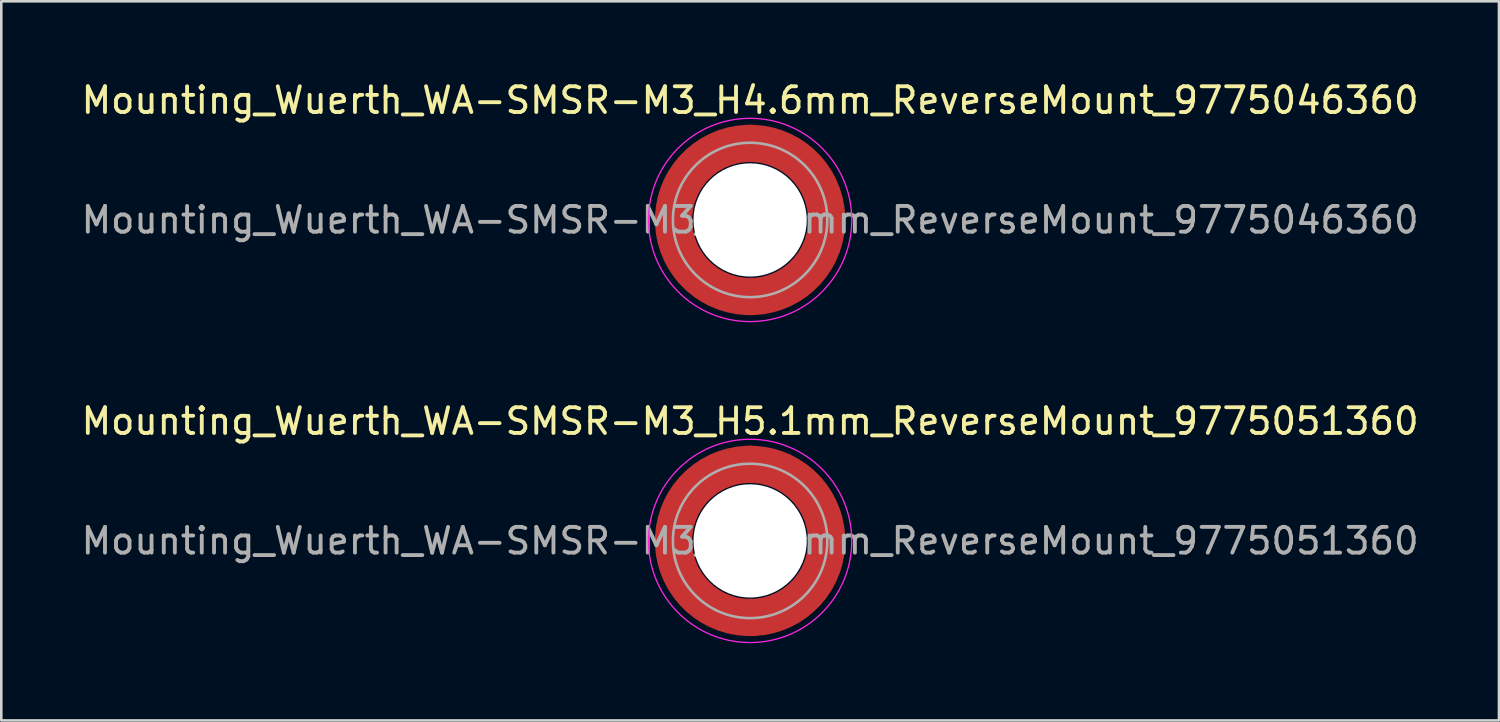
<source format=kicad_pcb>
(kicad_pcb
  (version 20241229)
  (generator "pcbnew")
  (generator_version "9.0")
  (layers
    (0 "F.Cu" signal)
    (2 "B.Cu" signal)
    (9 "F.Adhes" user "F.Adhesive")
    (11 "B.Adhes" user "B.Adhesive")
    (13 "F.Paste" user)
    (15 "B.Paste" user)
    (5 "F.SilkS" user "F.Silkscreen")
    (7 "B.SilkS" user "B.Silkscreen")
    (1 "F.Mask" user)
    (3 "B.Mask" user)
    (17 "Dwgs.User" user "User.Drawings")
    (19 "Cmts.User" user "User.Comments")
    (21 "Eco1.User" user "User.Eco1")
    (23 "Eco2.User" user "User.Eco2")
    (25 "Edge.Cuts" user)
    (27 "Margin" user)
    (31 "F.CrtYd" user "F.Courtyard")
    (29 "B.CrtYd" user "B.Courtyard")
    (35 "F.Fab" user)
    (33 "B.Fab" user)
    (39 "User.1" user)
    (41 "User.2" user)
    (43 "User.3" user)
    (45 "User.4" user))
  (footprint "Mounting_Wuerth_WA-SMSR-M3_H5.1mm_ReverseMount_9775051360"
    (layer "F.Cu")
    (at 26.101 17.971)
    (property "Reference" "Mounting_Wuerth_WA-SMSR-M3_H5.1mm_ReverseMount_9775051360" (at 0 -4.65 0) (layer "F.SilkS") (effects (font (size 1 1) (thickness 0.15))))
    (attr smd)
    (fp_circle (center 0 0) (end 3.95 0) (stroke (width 0.05) (type solid)) (fill no) (layer "F.CrtYd"))
    (fp_circle (center 0 0) (end 3 0) (stroke (width 0.1) (type solid)) (fill no) (layer "F.Fab"))
    (fp_text user "${REFERENCE}" (at 0 0 0) (layer "F.Fab") (effects (font (size 1 1) (thickness 0.15))))
    (pad "" smd custom (at -2.095 -2.095) (size 0.672 0.672) (layers "F.Paste") (options (anchor circle)) (primitives (gr_arc (start -0.24231 1.594804) (mid 0.404819 0.404819) (end 1.594804 -0.24231) (width 0.2)) (gr_arc (start -0.3398 1.594804) (mid 0.337349 0.337349) (end 1.594804 -0.3398) (width 0.2)) (gr_arc (start -0.437132 1.594804) (mid 0.269879 0.269879) (end 1.594804 -0.437132) (width 0.2)) (gr_arc (start -0.534324 1.594804) (mid 0.202409 0.202409) (end 1.594804 -0.534324) (width 0.2)) (gr_arc (start -0.631391 1.594804) (mid 0.134939 0.134939) (end 1.594804 -0.631391) (width 0.2)) (gr_arc (start -0.728345 1.594804) (mid 0.06747 0.06747) (end 1.594804 -0.728345) (width 0.2)) (gr_arc (start -0.825197 1.594804) (mid 0 0) (end 1.594804 -0.825197) (width 0.2)) (gr_arc (start -0.921958 1.594804) (mid -0.067469 -0.067469) (end 1.594804 -0.921958) (width 0.2)) (gr_arc (start -1.018637 1.594804) (mid -0.13494 -0.13494) (end 1.594804 -1.018637) (width 0.2)) (gr_arc (start -1.115239 1.594804) (mid -0.202409 -0.202409) (end 1.594804 -1.115239) (width 0.2)) (gr_arc (start -1.211773 1.594804) (mid -0.269879 -0.269879) (end 1.594804 -1.211773) (width 0.2)) (gr_arc (start -1.308244 1.594804) (mid -0.337349 -0.337349) (end 1.594804 -1.308244) (width 0.2)) (gr_arc (start -1.404657 1.594804) (mid -0.404819 -0.404819) (end 1.594804 -1.404657) (width 0.2)) (gr_arc (start -1.404657 1.594804) (mid -0.404819 -0.404819) (end 1.594804 -1.404657) (width 0.2)) (gr_line (start 1.595 -0.242) (end 1.595 -1.405) (width 0.2)) (gr_line (start -0.242 1.595) (end -1.405 1.595) (width 0.2))))
    (pad "" smd custom (at -2.095 2.095) (size 0.672 0.672) (layers "F.Paste") (options (anchor circle)) (primitives (gr_arc (start 1.594804 0.24231) (mid 0.404819 -0.404819) (end -0.24231 -1.594804) (width 0.2)) (gr_arc (start 1.594804 0.3398) (mid 0.337349 -0.337349) (end -0.3398 -1.594804) (width 0.2)) (gr_arc (start 1.594804 0.437132) (mid 0.269879 -0.269879) (end -0.437132 -1.594804) (width 0.2)) (gr_arc (start 1.594804 0.534324) (mid 0.202409 -0.202409) (end -0.534324 -1.594804) (width 0.2)) (gr_arc (start 1.594804 0.631391) (mid 0.134939 -0.134939) (end -0.631391 -1.594804) (width 0.2)) (gr_arc (start 1.594804 0.728345) (mid 0.06747 -0.06747) (end -0.728345 -1.594804) (width 0.2)) (gr_arc (start 1.594804 0.825197) (mid 0 0) (end -0.825197 -1.594804) (width 0.2)) (gr_arc (start 1.594804 0.921958) (mid -0.067469 0.067469) (end -0.921958 -1.594804) (width 0.2)) (gr_arc (start 1.594804 1.018637) (mid -0.13494 0.13494) (end -1.018637 -1.594804) (width 0.2)) (gr_arc (start 1.594804 1.115239) (mid -0.202409 0.202409) (end -1.115239 -1.594804) (width 0.2)) (gr_arc (start 1.594804 1.211773) (mid -0.269879 0.269879) (end -1.211773 -1.594804) (width 0.2)) (gr_arc (start 1.594804 1.308244) (mid -0.337349 0.337349) (end -1.308244 -1.594804) (width 0.2)) (gr_arc (start 1.594804 1.404657) (mid -0.404819 0.404819) (end -1.404657 -1.594804) (width 0.2)) (gr_arc (start 1.594804 1.404657) (mid -0.404819 0.404819) (end -1.404657 -1.594804) (width 0.2)) (gr_line (start -0.242 -1.595) (end -1.405 -1.595) (width 0.2)) (gr_line (start 1.595 0.242) (end 1.595 1.405) (width 0.2))))
    (pad "" np_thru_hole circle (at 0 0) (size 4.4 4.4) (drill 4.4) (layers "*.Cu" "*.Mask"))
    (pad "" smd custom (at 2.095 -2.095) (size 0.672 0.672) (layers "F.Paste") (options (anchor circle)) (primitives (gr_arc (start -1.594804 -0.24231) (mid -0.404819 0.404819) (end 0.24231 1.594804) (width 0.2)) (gr_arc (start -1.594804 -0.3398) (mid -0.337349 0.337349) (end 0.3398 1.594804) (width 0.2)) (gr_arc (start -1.594804 -0.437132) (mid -0.269879 0.269879) (end 0.437132 1.594804) (width 0.2)) (gr_arc (start -1.594804 -0.534324) (mid -0.202409 0.202409) (end 0.534324 1.594804) (width 0.2)) (gr_arc (start -1.594804 -0.631391) (mid -0.134939 0.134939) (end 0.631391 1.594804) (width 0.2)) (gr_arc (start -1.594804 -0.728345) (mid -0.06747 0.06747) (end 0.728345 1.594804) (width 0.2)) (gr_arc (start -1.594804 -0.825197) (mid 0 0) (end 0.825197 1.594804) (width 0.2)) (gr_arc (start -1.594804 -0.921958) (mid 0.067469 -0.067469) (end 0.921958 1.594804) (width 0.2)) (gr_arc (start -1.594804 -1.018637) (mid 0.13494 -0.13494) (end 1.018637 1.594804) (width 0.2)) (gr_arc (start -1.594804 -1.115239) (mid 0.202409 -0.202409) (end 1.115239 1.594804) (width 0.2)) (gr_arc (start -1.594804 -1.211773) (mid 0.269879 -0.269879) (end 1.211773 1.594804) (width 0.2)) (gr_arc (start -1.594804 -1.308244) (mid 0.337349 -0.337349) (end 1.308244 1.594804) (width 0.2)) (gr_arc (start -1.594804 -1.404657) (mid 0.404819 -0.404819) (end 1.404657 1.594804) (width 0.2)) (gr_arc (start -1.594804 -1.404657) (mid 0.404819 -0.404819) (end 1.404657 1.594804) (width 0.2)) (gr_line (start 0.242 1.595) (end 1.405 1.595) (width 0.2)) (gr_line (start -1.595 -0.242) (end -1.595 -1.405) (width 0.2))))
    (pad "" smd custom (at 2.095 2.095) (size 0.672 0.672) (layers "F.Paste") (options (anchor circle)) (primitives (gr_arc (start 0.24231 -1.594804) (mid -0.404819 -0.404819) (end -1.594804 0.24231) (width 0.2)) (gr_arc (start 0.3398 -1.594804) (mid -0.337349 -0.337349) (end -1.594804 0.3398) (width 0.2)) (gr_arc (start 0.437132 -1.594804) (mid -0.269879 -0.269879) (end -1.594804 0.437132) (width 0.2)) (gr_arc (start 0.534324 -1.594804) (mid -0.202409 -0.202409) (end -1.594804 0.534324) (width 0.2)) (gr_arc (start 0.631391 -1.594804) (mid -0.134939 -0.134939) (end -1.594804 0.631391) (width 0.2)) (gr_arc (start 0.728345 -1.594804) (mid -0.06747 -0.06747) (end -1.594804 0.728345) (width 0.2)) (gr_arc (start 0.825197 -1.594804) (mid 0 0) (end -1.594804 0.825197) (width 0.2)) (gr_arc (start 0.921958 -1.594804) (mid 0.067469 0.067469) (end -1.594804 0.921958) (width 0.2)) (gr_arc (start 1.018637 -1.594804) (mid 0.13494 0.13494) (end -1.594804 1.018637) (width 0.2)) (gr_arc (start 1.115239 -1.594804) (mid 0.202409 0.202409) (end -1.594804 1.115239) (width 0.2)) (gr_arc (start 1.211773 -1.594804) (mid 0.269879 0.269879) (end -1.594804 1.211773) (width 0.2)) (gr_arc (start 1.308244 -1.594804) (mid 0.337349 0.337349) (end -1.594804 1.308244) (width 0.2)) (gr_arc (start 1.404657 -1.594804) (mid 0.404819 0.404819) (end -1.594804 1.404657) (width 0.2)) (gr_arc (start 1.404657 -1.594804) (mid 0.404819 0.404819) (end -1.594804 1.404657) (width 0.2)) (gr_line (start -1.595 0.242) (end -1.595 1.405) (width 0.2)) (gr_line (start 0.242 -1.595) (end 1.405 -1.595) (width 0.2))))
    (pad "1" smd circle (at -2.975 0) (size 1.45 1.45) (layers "F.Cu"))
    (pad "1" smd circle (at 0 -2.975) (size 1.45 1.45) (layers "F.Cu"))
    (pad "1" smd circle (at 0 2.975) (size 1.45 1.45) (layers "F.Cu"))
    (pad "1" smd custom (at 2.975 0) (size 1.45 1.45) (layers "F.Cu" "F.Mask") (options (anchor circle)) (primitives (gr_circle (center -2.975 0) (end 0 0) (width 1.45) (fill no)))))
  (footprint "Mounting_Wuerth_WA-SMSR-M3_H4.6mm_ReverseMount_9775046360"
    (layer "F.Cu")
    (at 26.101 5.498)
    (property "Reference" "Mounting_Wuerth_WA-SMSR-M3_H4.6mm_ReverseMount_9775046360" (at 0 -4.65 0) (layer "F.SilkS") (effects (font (size 1 1) (thickness 0.15))))
    (attr smd)
    (fp_circle (center 0 0) (end 3.95 0) (stroke (width 0.05) (type solid)) (fill no) (layer "F.CrtYd"))
    (fp_circle (center 0 0) (end 3 0) (stroke (width 0.1) (type solid)) (fill no) (layer "F.Fab"))
    (fp_text user "${REFERENCE}" (at 0 0 0) (layer "F.Fab") (effects (font (size 1 1) (thickness 0.15))))
    (pad "" smd custom (at -2.095 -2.095) (size 0.672 0.672) (layers "F.Paste") (options (anchor circle)) (primitives (gr_arc (start -0.24231 1.594804) (mid 0.404819 0.404819) (end 1.594804 -0.24231) (width 0.2)) (gr_arc (start -0.3398 1.594804) (mid 0.337349 0.337349) (end 1.594804 -0.3398) (width 0.2)) (gr_arc (start -0.437132 1.594804) (mid 0.269879 0.269879) (end 1.594804 -0.437132) (width 0.2)) (gr_arc (start -0.534324 1.594804) (mid 0.202409 0.202409) (end 1.594804 -0.534324) (width 0.2)) (gr_arc (start -0.631391 1.594804) (mid 0.134939 0.134939) (end 1.594804 -0.631391) (width 0.2)) (gr_arc (start -0.728345 1.594804) (mid 0.06747 0.06747) (end 1.594804 -0.728345) (width 0.2)) (gr_arc (start -0.825197 1.594804) (mid 0 0) (end 1.594804 -0.825197) (width 0.2)) (gr_arc (start -0.921958 1.594804) (mid -0.067469 -0.067469) (end 1.594804 -0.921958) (width 0.2)) (gr_arc (start -1.018637 1.594804) (mid -0.13494 -0.13494) (end 1.594804 -1.018637) (width 0.2)) (gr_arc (start -1.115239 1.594804) (mid -0.202409 -0.202409) (end 1.594804 -1.115239) (width 0.2)) (gr_arc (start -1.211773 1.594804) (mid -0.269879 -0.269879) (end 1.594804 -1.211773) (width 0.2)) (gr_arc (start -1.308244 1.594804) (mid -0.337349 -0.337349) (end 1.594804 -1.308244) (width 0.2)) (gr_arc (start -1.404657 1.594804) (mid -0.404819 -0.404819) (end 1.594804 -1.404657) (width 0.2)) (gr_arc (start -1.404657 1.594804) (mid -0.404819 -0.404819) (end 1.594804 -1.404657) (width 0.2)) (gr_line (start 1.595 -0.242) (end 1.595 -1.405) (width 0.2)) (gr_line (start -0.242 1.595) (end -1.405 1.595) (width 0.2))))
    (pad "" smd custom (at -2.095 2.095) (size 0.672 0.672) (layers "F.Paste") (options (anchor circle)) (primitives (gr_arc (start 1.594804 0.24231) (mid 0.404819 -0.404819) (end -0.24231 -1.594804) (width 0.2)) (gr_arc (start 1.594804 0.3398) (mid 0.337349 -0.337349) (end -0.3398 -1.594804) (width 0.2)) (gr_arc (start 1.594804 0.437132) (mid 0.269879 -0.269879) (end -0.437132 -1.594804) (width 0.2)) (gr_arc (start 1.594804 0.534324) (mid 0.202409 -0.202409) (end -0.534324 -1.594804) (width 0.2)) (gr_arc (start 1.594804 0.631391) (mid 0.134939 -0.134939) (end -0.631391 -1.594804) (width 0.2)) (gr_arc (start 1.594804 0.728345) (mid 0.06747 -0.06747) (end -0.728345 -1.594804) (width 0.2)) (gr_arc (start 1.594804 0.825197) (mid 0 0) (end -0.825197 -1.594804) (width 0.2)) (gr_arc (start 1.594804 0.921958) (mid -0.067469 0.067469) (end -0.921958 -1.594804) (width 0.2)) (gr_arc (start 1.594804 1.018637) (mid -0.13494 0.13494) (end -1.018637 -1.594804) (width 0.2)) (gr_arc (start 1.594804 1.115239) (mid -0.202409 0.202409) (end -1.115239 -1.594804) (width 0.2)) (gr_arc (start 1.594804 1.211773) (mid -0.269879 0.269879) (end -1.211773 -1.594804) (width 0.2)) (gr_arc (start 1.594804 1.308244) (mid -0.337349 0.337349) (end -1.308244 -1.594804) (width 0.2)) (gr_arc (start 1.594804 1.404657) (mid -0.404819 0.404819) (end -1.404657 -1.594804) (width 0.2)) (gr_arc (start 1.594804 1.404657) (mid -0.404819 0.404819) (end -1.404657 -1.594804) (width 0.2)) (gr_line (start -0.242 -1.595) (end -1.405 -1.595) (width 0.2)) (gr_line (start 1.595 0.242) (end 1.595 1.405) (width 0.2))))
    (pad "" np_thru_hole circle (at 0 0) (size 4.4 4.4) (drill 4.4) (layers "*.Cu" "*.Mask"))
    (pad "" smd custom (at 2.095 -2.095) (size 0.672 0.672) (layers "F.Paste") (options (anchor circle)) (primitives (gr_arc (start -1.594804 -0.24231) (mid -0.404819 0.404819) (end 0.24231 1.594804) (width 0.2)) (gr_arc (start -1.594804 -0.3398) (mid -0.337349 0.337349) (end 0.3398 1.594804) (width 0.2)) (gr_arc (start -1.594804 -0.437132) (mid -0.269879 0.269879) (end 0.437132 1.594804) (width 0.2)) (gr_arc (start -1.594804 -0.534324) (mid -0.202409 0.202409) (end 0.534324 1.594804) (width 0.2)) (gr_arc (start -1.594804 -0.631391) (mid -0.134939 0.134939) (end 0.631391 1.594804) (width 0.2)) (gr_arc (start -1.594804 -0.728345) (mid -0.06747 0.06747) (end 0.728345 1.594804) (width 0.2)) (gr_arc (start -1.594804 -0.825197) (mid 0 0) (end 0.825197 1.594804) (width 0.2)) (gr_arc (start -1.594804 -0.921958) (mid 0.067469 -0.067469) (end 0.921958 1.594804) (width 0.2)) (gr_arc (start -1.594804 -1.018637) (mid 0.13494 -0.13494) (end 1.018637 1.594804) (width 0.2)) (gr_arc (start -1.594804 -1.115239) (mid 0.202409 -0.202409) (end 1.115239 1.594804) (width 0.2)) (gr_arc (start -1.594804 -1.211773) (mid 0.269879 -0.269879) (end 1.211773 1.594804) (width 0.2)) (gr_arc (start -1.594804 -1.308244) (mid 0.337349 -0.337349) (end 1.308244 1.594804) (width 0.2)) (gr_arc (start -1.594804 -1.404657) (mid 0.404819 -0.404819) (end 1.404657 1.594804) (width 0.2)) (gr_arc (start -1.594804 -1.404657) (mid 0.404819 -0.404819) (end 1.404657 1.594804) (width 0.2)) (gr_line (start 0.242 1.595) (end 1.405 1.595) (width 0.2)) (gr_line (start -1.595 -0.242) (end -1.595 -1.405) (width 0.2))))
    (pad "" smd custom (at 2.095 2.095) (size 0.672 0.672) (layers "F.Paste") (options (anchor circle)) (primitives (gr_arc (start 0.24231 -1.594804) (mid -0.404819 -0.404819) (end -1.594804 0.24231) (width 0.2)) (gr_arc (start 0.3398 -1.594804) (mid -0.337349 -0.337349) (end -1.594804 0.3398) (width 0.2)) (gr_arc (start 0.437132 -1.594804) (mid -0.269879 -0.269879) (end -1.594804 0.437132) (width 0.2)) (gr_arc (start 0.534324 -1.594804) (mid -0.202409 -0.202409) (end -1.594804 0.534324) (width 0.2)) (gr_arc (start 0.631391 -1.594804) (mid -0.134939 -0.134939) (end -1.594804 0.631391) (width 0.2)) (gr_arc (start 0.728345 -1.594804) (mid -0.06747 -0.06747) (end -1.594804 0.728345) (width 0.2)) (gr_arc (start 0.825197 -1.594804) (mid 0 0) (end -1.594804 0.825197) (width 0.2)) (gr_arc (start 0.921958 -1.594804) (mid 0.067469 0.067469) (end -1.594804 0.921958) (width 0.2)) (gr_arc (start 1.018637 -1.594804) (mid 0.13494 0.13494) (end -1.594804 1.018637) (width 0.2)) (gr_arc (start 1.115239 -1.594804) (mid 0.202409 0.202409) (end -1.594804 1.115239) (width 0.2)) (gr_arc (start 1.211773 -1.594804) (mid 0.269879 0.269879) (end -1.594804 1.211773) (width 0.2)) (gr_arc (start 1.308244 -1.594804) (mid 0.337349 0.337349) (end -1.594804 1.308244) (width 0.2)) (gr_arc (start 1.404657 -1.594804) (mid 0.404819 0.404819) (end -1.594804 1.404657) (width 0.2)) (gr_arc (start 1.404657 -1.594804) (mid 0.404819 0.404819) (end -1.594804 1.404657) (width 0.2)) (gr_line (start -1.595 0.242) (end -1.595 1.405) (width 0.2)) (gr_line (start 0.242 -1.595) (end 1.405 -1.595) (width 0.2))))
    (pad "1" smd circle (at -2.975 0) (size 1.45 1.45) (layers "F.Cu"))
    (pad "1" smd circle (at 0 -2.975) (size 1.45 1.45) (layers "F.Cu"))
    (pad "1" smd circle (at 0 2.975) (size 1.45 1.45) (layers "F.Cu"))
    (pad "1" smd custom (at 2.975 0) (size 1.45 1.45) (layers "F.Cu" "F.Mask") (options (anchor circle)) (primitives (gr_circle (center -2.975 0) (end 0 0) (width 1.45) (fill no)))))
  (gr_rect
    (start -3 -3)
    (end 55.202 24.947)
    (stroke (width 0.1) (type default))
    (fill no)
    (layer "Edge.Cuts")))
</source>
